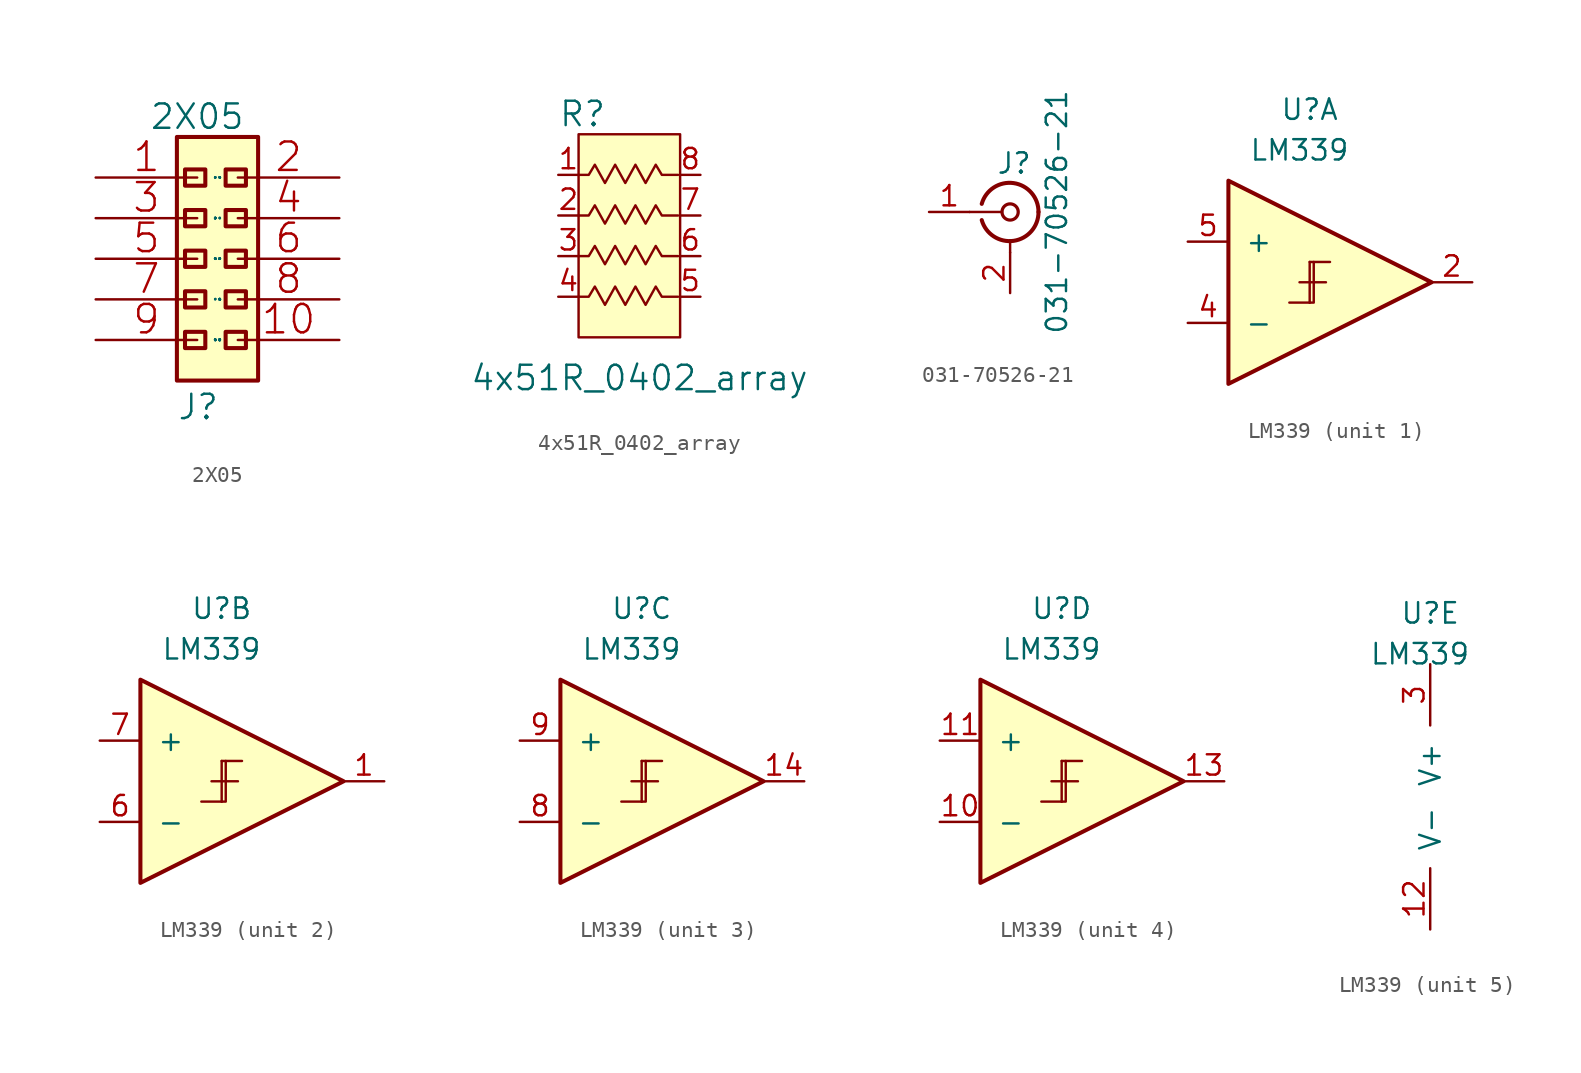
<source format=kicad_sym>
(kicad_symbol_lib
  (version 20211014)
  (generator kicad_symbol_editor)
  (symbol "2X05"
    (pin_names
      (offset 1.016))
    (property "Reference" "J"
      (at -2.54 -15.24 0)
      (effects (font (size 1.524 1.524)) (justify left bottom)))
    (property "Value" "2X05"
      (at -1.27 3.81 0)
      (effects (font (size 1.524 1.524))))
    (symbol "2X05_0_1"
      (rectangle (start -2.54 -12.7) (end 2.54 2.54) (stroke (width 0.254) (type default) (color 0 0 0 0)) (fill (type background)))
      (rectangle (start -2.032 -10.668) (end -0.762 -9.652) (stroke (width 0.254) (type default) (color 0 0 0 0)) (fill (type background)))
      (rectangle (start -2.032 -8.128) (end -0.762 -7.112) (stroke (width 0.254) (type default) (color 0 0 0 0)) (fill (type background)))
      (rectangle (start -2.032 -5.588) (end -0.762 -4.572) (stroke (width 0.254) (type default) (color 0 0 0 0)) (fill (type background)))
      (rectangle (start -2.032 -3.048) (end -0.762 -2.032) (stroke (width 0.254) (type default) (color 0 0 0 0)) (fill (type background)))
      (rectangle (start -2.032 -0.508) (end -0.762 0.508) (stroke (width 0.254) (type default) (color 0 0 0 0)) (fill (type background)))
      (rectangle (start 0.508 -10.668) (end 1.778 -9.652) (stroke (width 0.254) (type default) (color 0 0 0 0)) (fill (type background)))
      (rectangle (start 0.508 -8.128) (end 1.778 -7.112) (stroke (width 0.254) (type default) (color 0 0 0 0)) (fill (type background)))
      (rectangle (start 0.508 -5.588) (end 1.778 -4.572) (stroke (width 0.254) (type default) (color 0 0 0 0)) (fill (type background)))
      (rectangle (start 0.508 -3.048) (end 1.778 -2.032) (stroke (width 0.254) (type default) (color 0 0 0 0)) (fill (type background)))
      (rectangle (start 0.508 -0.508) (end 1.778 0.508) (stroke (width 0.254) (type default) (color 0 0 0 0)) (fill (type background)))
      (pin passive line (at -7.62 0 0) (length 6.35) (name "1" (effects (font (size 0.025 0.025)))) (number "1" (effects (font (size 1.778 1.778)))))
      (pin passive line (at 7.62 -10.16 180) (length 6.35) (name "10" (effects (font (size 0.025 0.025)))) (number "10" (effects (font (size 1.778 1.778)))))
      (pin passive line (at 7.62 0 180) (length 6.35) (name "2" (effects (font (size 0.025 0.025)))) (number "2" (effects (font (size 1.778 1.778)))))
      (pin passive line (at -7.62 -2.54 0) (length 6.35) (name "3" (effects (font (size 0.025 0.025)))) (number "3" (effects (font (size 1.778 1.778)))))
      (pin passive line (at 7.62 -2.54 180) (length 6.35) (name "4" (effects (font (size 0.025 0.025)))) (number "4" (effects (font (size 1.778 1.778)))))
      (pin passive line (at -7.62 -5.08 0) (length 6.35) (name "5" (effects (font (size 0.025 0.025)))) (number "5" (effects (font (size 1.778 1.778)))))
      (pin passive line (at 7.62 -5.08 180) (length 6.35) (name "6" (effects (font (size 0.025 0.025)))) (number "6" (effects (font (size 1.778 1.778)))))
      (pin passive line (at -7.62 -7.62 0) (length 6.35) (name "7" (effects (font (size 0.025 0.025)))) (number "7" (effects (font (size 1.778 1.778)))))
      (pin passive line (at 7.62 -7.62 180) (length 6.35) (name "8" (effects (font (size 0.025 0.025)))) (number "8" (effects (font (size 1.778 1.778)))))
      (pin passive line (at -7.62 -10.16 0) (length 6.35) (name "9" (effects (font (size 0.025 0.025)))) (number "9" (effects (font (size 1.778 1.778)))))))
  (symbol "4x51R_0402_array"
    (pin_names
      (offset 1.016))
    (property "Reference" "R"
      (at -5.08 13.97 0)
      (effects (font (size 1.524 1.524)) (justify left)))
    (property "Value" "4x51R_0402_array"
      (at 0 -2.54 0)
      (effects (font (size 1.524 1.524))))
    (symbol "4x51R_0402_array_0_1"
      (polyline (pts (xy 2.54 12.7) (xy 2.54 0) (xy -3.81 0) (xy -3.81 12.7) (xy 2.54 12.7)) (stroke (width 0) (type default) (color 0 0 0 0)) (fill (type background)))
      (polyline (pts (xy -3.81 7.62) (xy -3.175 7.62) (xy -2.794 8.255) (xy -2.159 7.112) (xy -1.524 8.255) (xy -0.889 7.112) (xy -0.254 8.255) (xy 0.381 7.112) (xy 1.016 8.255) (xy 1.397 7.62) (xy 2.413 7.62)) (stroke (width 0) (type default) (color 0 0 0 0)) (fill (type none))))
    (symbol "4x51R_0402_array_1_1"
      (polyline (pts (xy -3.81 2.54) (xy -3.175 2.54) (xy -2.794 3.175) (xy -2.159 2.032) (xy -1.524 3.175) (xy -0.889 2.032) (xy -0.254 3.175) (xy 0.381 2.032) (xy 1.016 3.175) (xy 1.397 2.54) (xy 2.413 2.54)) (stroke (width 0) (type default) (color 0 0 0 0)) (fill (type none)))
      (polyline (pts (xy -3.81 5.08) (xy -3.175 5.08) (xy -2.794 5.715) (xy -2.159 4.572) (xy -1.524 5.715) (xy -0.889 4.572) (xy -0.254 5.715) (xy 0.381 4.572) (xy 1.016 5.715) (xy 1.397 5.08) (xy 2.413 5.08)) (stroke (width 0) (type default) (color 0 0 0 0)) (fill (type none)))
      (polyline (pts (xy -3.81 10.16) (xy -3.175 10.16) (xy -2.794 10.795) (xy -2.159 9.652) (xy -1.524 10.795) (xy -0.889 9.652) (xy -0.254 10.795) (xy 0.381 9.652) (xy 1.016 10.795) (xy 1.397 10.16) (xy 2.413 10.16)) (stroke (width 0) (type default) (color 0 0 0 0)) (fill (type none)))
      (pin passive line (at -5.08 10.16 0) (length 1.27) (name "~" (effects (font (size 1.27 1.27)))) (number "1" (effects (font (size 1.27 1.27)))))
      (pin passive line (at -5.08 7.62 0) (length 1.27) (name "~" (effects (font (size 1.27 1.27)))) (number "2" (effects (font (size 1.27 1.27)))))
      (pin passive line (at -5.08 5.08 0) (length 1.27) (name "~" (effects (font (size 1.27 1.27)))) (number "3" (effects (font (size 1.27 1.27)))))
      (pin passive line (at -5.08 2.54 0) (length 1.27) (name "~" (effects (font (size 1.27 1.27)))) (number "4" (effects (font (size 1.27 1.27)))))
      (pin passive line (at 3.81 2.54 180) (length 1.27) (name "~" (effects (font (size 1.27 1.27)))) (number "5" (effects (font (size 1.27 1.27)))))
      (pin passive line (at 3.81 5.08 180) (length 1.27) (name "~" (effects (font (size 1.27 1.27)))) (number "6" (effects (font (size 1.27 1.27)))))
      (pin passive line (at 3.81 7.62 180) (length 1.27) (name "~" (effects (font (size 1.27 1.27)))) (number "7" (effects (font (size 1.27 1.27)))))
      (pin passive line (at 3.81 10.16 180) (length 1.27) (name "~" (effects (font (size 1.27 1.27)))) (number "8" (effects (font (size 1.27 1.27)))))))
  (symbol "031-70526-21"
    (pin_names
      (offset 1.016) hide)
    (property "Reference" "J"
      (at 0.254 3.048 0)
      (effects (font (size 1.27 1.27))))
    (property "Value" "031-70526-21"
      (at 2.921 0 90)
      (effects (font (size 1.27 1.27))))
    (symbol "031-70526-21_0_1"
      (arc (start -1.778 -0.508) (mid 0.2311 -1.8066) (end 1.778 0) (stroke (width 0.254) (type default) (color 0 0 0 0)) (fill (type none)))
      (polyline (pts (xy -2.54 0) (xy -0.508 0)) (stroke (width 0) (type default) (color 0 0 0 0)) (fill (type none)))
      (polyline (pts (xy 0 -2.54) (xy 0 -1.778)) (stroke (width 0) (type default) (color 0 0 0 0)) (fill (type none)))
      (circle (center 0 0) (radius 0.508) (stroke (width 0.203) (type default) (color 0 0 0 0)) (fill (type none)))
      (arc (start 1.778 0) (mid 0.2099 1.8101) (end -1.778 0.508) (stroke (width 0.254) (type default) (color 0 0 0 0)) (fill (type none))))
    (symbol "031-70526-21_1_1"
      (pin passive line (at -5.08 0 0) (length 2.54) (name "In" (effects (font (size 1.27 1.27)))) (number "1" (effects (font (size 1.27 1.27)))))
      (pin passive line (at 0 -5.08 90) (length 2.54) (name "Ext" (effects (font (size 1.27 1.27)))) (number "2" (effects (font (size 1.27 1.27)))))))
  (symbol " LM339"
    (pin_names
      (offset 1.016))
    (property "Reference" "U"
      (at 0 10.795 0)
      (effects (font (size 1.27 1.27))))
    (property "Value" " LM339"
      (at -0.635 8.255 0)
      (effects (font (size 1.27 1.27))))
    (symbol " LM339_1_1"
      (polyline (pts (xy -0.635 0) (xy 1.016 0)) (stroke (width 0) (type default) (color 0 0 0 0)) (fill (type none)))
      (polyline (pts (xy 0 -1.27) (xy -1.27 -1.27)) (stroke (width 0) (type default) (color 0 0 0 0)) (fill (type none)))
      (polyline (pts (xy 0 1.27) (xy 0 -1.27)) (stroke (width 0) (type default) (color 0 0 0 0)) (fill (type none)))
      (polyline (pts (xy 0 1.27) (xy 1.27 1.27)) (stroke (width 0) (type default) (color 0 0 0 0)) (fill (type none)))
      (polyline (pts (xy 0 -1.27) (xy 0.254 -1.27) (xy 0.254 1.27)) (stroke (width 0) (type default) (color 0 0 0 0)) (fill (type none)))
      (polyline (pts (xy -5.08 6.35) (xy 7.62 0) (xy -5.08 -6.35) (xy -5.08 6.35)) (stroke (width 0.254) (type default) (color 0 0 0 0)) (fill (type background)))
      (pin output line (at 10.16 0 180) (length 2.54) (name "~" (effects (font (size 1.27 1.27)))) (number "2" (effects (font (size 1.27 1.27)))))
      (pin input line (at -7.62 -2.54 0) (length 2.54) (name "-" (effects (font (size 1.27 1.27)))) (number "4" (effects (font (size 1.27 1.27)))))
      (pin input line (at -7.62 2.54 0) (length 2.54) (name "+" (effects (font (size 1.27 1.27)))) (number "5" (effects (font (size 1.27 1.27))))))
    (symbol " LM339_2_1"
      (polyline (pts (xy -0.635 0) (xy 1.016 0)) (stroke (width 0) (type default) (color 0 0 0 0)) (fill (type none)))
      (polyline (pts (xy 0 -1.27) (xy -1.27 -1.27)) (stroke (width 0) (type default) (color 0 0 0 0)) (fill (type none)))
      (polyline (pts (xy 0 1.27) (xy 0 -1.27)) (stroke (width 0) (type default) (color 0 0 0 0)) (fill (type none)))
      (polyline (pts (xy 0 1.27) (xy 1.27 1.27)) (stroke (width 0) (type default) (color 0 0 0 0)) (fill (type none)))
      (polyline (pts (xy 0 -1.27) (xy 0.254 -1.27) (xy 0.254 1.27)) (stroke (width 0) (type default) (color 0 0 0 0)) (fill (type none)))
      (polyline (pts (xy -5.08 6.35) (xy 7.62 0) (xy -5.08 -6.35) (xy -5.08 6.35)) (stroke (width 0.254) (type default) (color 0 0 0 0)) (fill (type background)))
      (pin output line (at 10.16 0 180) (length 2.54) (name "~" (effects (font (size 1.27 1.27)))) (number "1" (effects (font (size 1.27 1.27)))))
      (pin input line (at -7.62 -2.54 0) (length 2.54) (name "-" (effects (font (size 1.27 1.27)))) (number "6" (effects (font (size 1.27 1.27)))))
      (pin input line (at -7.62 2.54 0) (length 2.54) (name "+" (effects (font (size 1.27 1.27)))) (number "7" (effects (font (size 1.27 1.27))))))
    (symbol " LM339_3_1"
      (polyline (pts (xy -0.635 0) (xy 1.016 0)) (stroke (width 0) (type default) (color 0 0 0 0)) (fill (type none)))
      (polyline (pts (xy 0 -1.27) (xy -1.27 -1.27)) (stroke (width 0) (type default) (color 0 0 0 0)) (fill (type none)))
      (polyline (pts (xy 0 1.27) (xy 0 -1.27)) (stroke (width 0) (type default) (color 0 0 0 0)) (fill (type none)))
      (polyline (pts (xy 0 1.27) (xy 1.27 1.27)) (stroke (width 0) (type default) (color 0 0 0 0)) (fill (type none)))
      (polyline (pts (xy 0 -1.27) (xy 0.254 -1.27) (xy 0.254 1.27)) (stroke (width 0) (type default) (color 0 0 0 0)) (fill (type none)))
      (polyline (pts (xy -5.08 6.35) (xy 7.62 0) (xy -5.08 -6.35) (xy -5.08 6.35)) (stroke (width 0.254) (type default) (color 0 0 0 0)) (fill (type background)))
      (pin output line (at 10.16 0 180) (length 2.54) (name "~" (effects (font (size 1.27 1.27)))) (number "14" (effects (font (size 1.27 1.27)))))
      (pin input line (at -7.62 -2.54 0) (length 2.54) (name "-" (effects (font (size 1.27 1.27)))) (number "8" (effects (font (size 1.27 1.27)))))
      (pin input line (at -7.62 2.54 0) (length 2.54) (name "+" (effects (font (size 1.27 1.27)))) (number "9" (effects (font (size 1.27 1.27))))))
    (symbol " LM339_4_1"
      (polyline (pts (xy -0.635 0) (xy 1.016 0)) (stroke (width 0) (type default) (color 0 0 0 0)) (fill (type none)))
      (polyline (pts (xy 0 -1.27) (xy -1.27 -1.27)) (stroke (width 0) (type default) (color 0 0 0 0)) (fill (type none)))
      (polyline (pts (xy 0 1.27) (xy 0 -1.27)) (stroke (width 0) (type default) (color 0 0 0 0)) (fill (type none)))
      (polyline (pts (xy 0 1.27) (xy 1.27 1.27)) (stroke (width 0) (type default) (color 0 0 0 0)) (fill (type none)))
      (polyline (pts (xy 0 -1.27) (xy 0.254 -1.27) (xy 0.254 1.27)) (stroke (width 0) (type default) (color 0 0 0 0)) (fill (type none)))
      (polyline (pts (xy -5.08 6.35) (xy 7.62 0) (xy -5.08 -6.35) (xy -5.08 6.35)) (stroke (width 0.254) (type default) (color 0 0 0 0)) (fill (type background)))
      (pin input line (at -7.62 -2.54 0) (length 2.54) (name "-" (effects (font (size 1.27 1.27)))) (number "10" (effects (font (size 1.27 1.27)))))
      (pin input line (at -7.62 2.54 0) (length 2.54) (name "+" (effects (font (size 1.27 1.27)))) (number "11" (effects (font (size 1.27 1.27)))))
      (pin output line (at 10.16 0 180) (length 2.54) (name "~" (effects (font (size 1.27 1.27)))) (number "13" (effects (font (size 1.27 1.27))))))
    (symbol " LM339_5_1"
      (pin power_in line (at 0 -8.89 90) (length 3.81) (name "V-" (effects (font (size 1.27 1.27)))) (number "12" (effects (font (size 1.27 1.27)))))
      (pin power_in line (at 0 7.62 270) (length 3.81) (name "V+" (effects (font (size 1.27 1.27)))) (number "3" (effects (font (size 1.27 1.27))))))))
</source>
